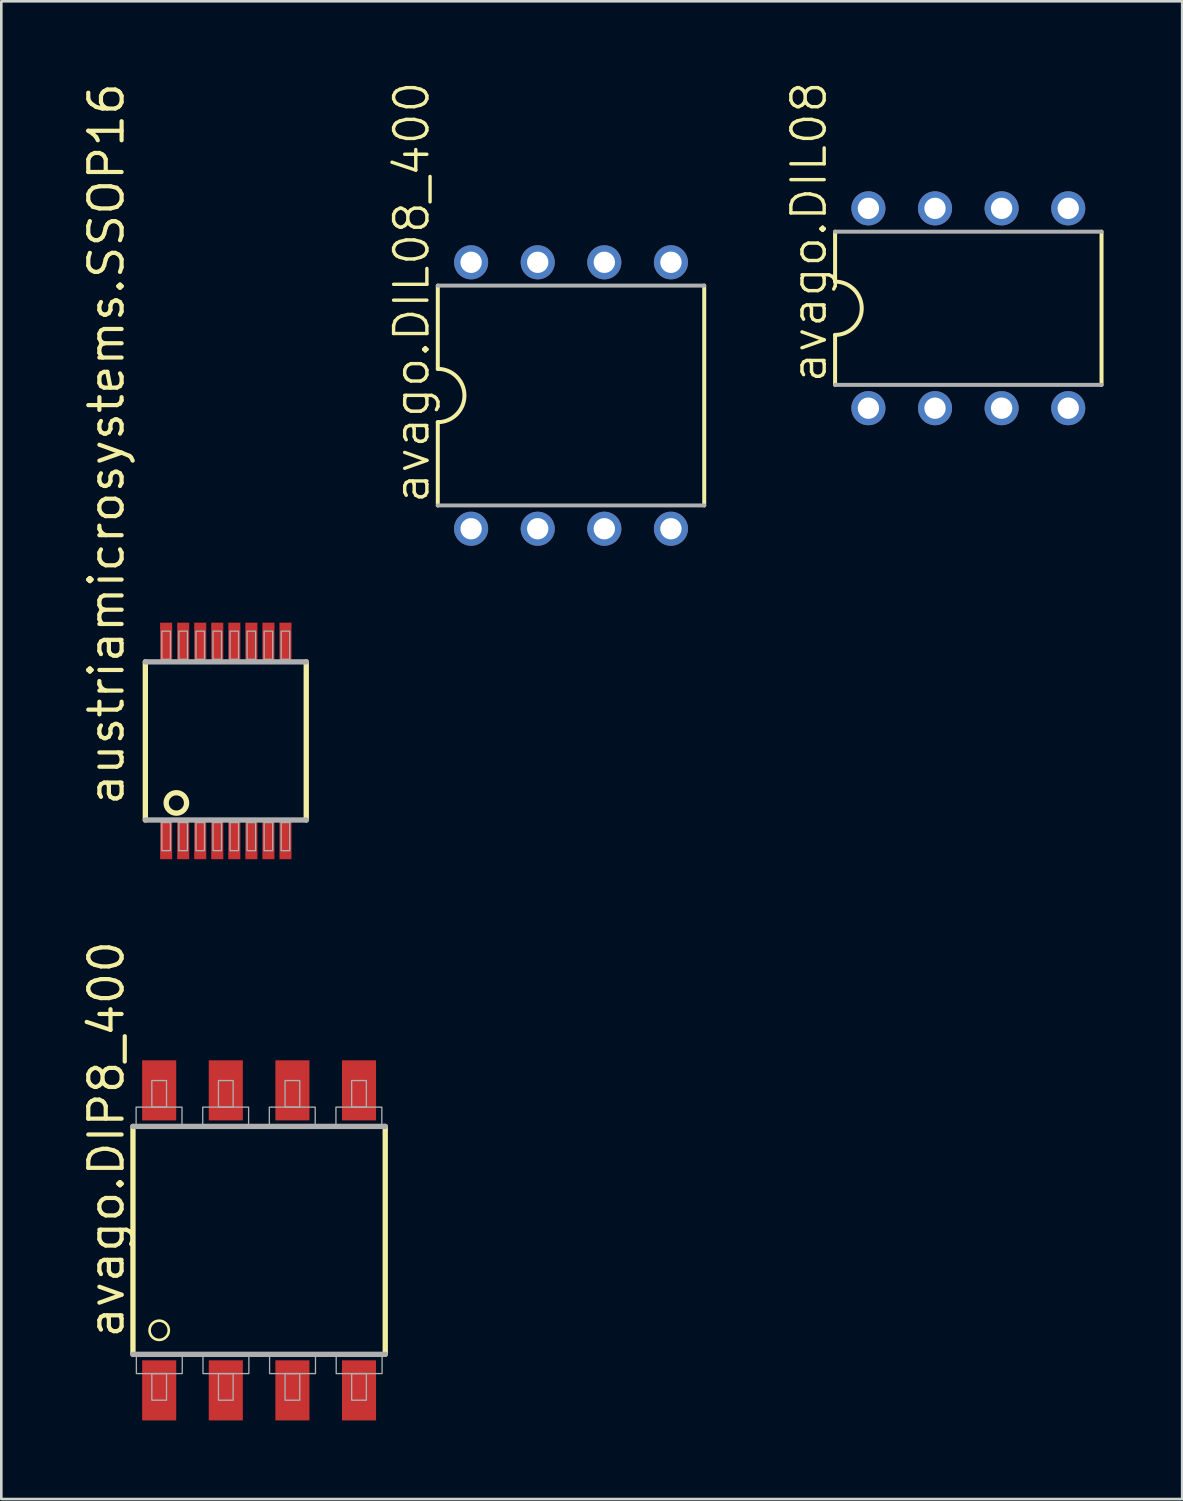
<source format=kicad_pcb>
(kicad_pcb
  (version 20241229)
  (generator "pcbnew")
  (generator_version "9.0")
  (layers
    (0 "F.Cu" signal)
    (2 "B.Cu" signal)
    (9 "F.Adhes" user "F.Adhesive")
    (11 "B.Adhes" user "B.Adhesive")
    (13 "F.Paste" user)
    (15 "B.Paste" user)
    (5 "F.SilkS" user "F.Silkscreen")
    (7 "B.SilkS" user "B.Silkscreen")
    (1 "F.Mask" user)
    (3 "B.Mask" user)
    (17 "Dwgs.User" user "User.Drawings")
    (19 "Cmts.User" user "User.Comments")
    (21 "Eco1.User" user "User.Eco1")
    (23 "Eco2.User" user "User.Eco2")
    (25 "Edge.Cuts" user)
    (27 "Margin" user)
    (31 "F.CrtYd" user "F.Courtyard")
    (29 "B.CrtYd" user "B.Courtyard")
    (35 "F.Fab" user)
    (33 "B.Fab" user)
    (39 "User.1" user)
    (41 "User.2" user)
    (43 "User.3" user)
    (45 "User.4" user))
  (footprint "avago.DIL08_400"
    (layer "F.Cu")
    (at 18.724 12.032)
    (property "Reference" "avago.DIL08_400" (at -5.334 4.191 90) (layer "F.SilkS") (effects (font (size 1.27 1.27) (thickness 0.13)) (justify left bottom)))
    (attr through_hole)
    (fp_line (start -5.08 -4.191) (end -5.08 -1.016) (stroke (width 0.152) (type default)) (layer "F.SilkS"))
    (fp_line (start -5.08 4.191) (end -5.08 1.016) (stroke (width 0.152) (type default)) (layer "F.SilkS"))
    (fp_line (start 5.08 -4.191) (end 5.08 4.191) (stroke (width 0.152) (type default)) (layer "F.SilkS"))
    (fp_arc (start -5.08 -1.016) (mid -4.064 0) (end -5.08 1.016) (stroke (width 0.1524) (type default)) (layer "F.SilkS"))
    (fp_line (start -5.08 4.191) (end 5.08 4.191) (stroke (width 0.152) (type default)) (layer "F.Fab"))
    (fp_line (start 5.08 -4.191) (end -5.08 -4.191) (stroke (width 0.152) (type default)) (layer "F.Fab"))
    (pad "1" thru_hole circle (at -3.81 5.08 90) (size 1.3 1.3) (drill 0.813) (layers "*.Cu" "*.Mask"))
    (pad "2" thru_hole circle (at -1.27 5.08 90) (size 1.3 1.3) (drill 0.813) (layers "*.Cu" "*.Mask"))
    (pad "3" thru_hole circle (at 1.27 5.08 90) (size 1.3 1.3) (drill 0.813) (layers "*.Cu" "*.Mask"))
    (pad "4" thru_hole circle (at 3.81 5.08 90) (size 1.3 1.3) (drill 0.813) (layers "*.Cu" "*.Mask"))
    (pad "5" thru_hole circle (at 3.81 -5.08 90) (size 1.3 1.3) (drill 0.813) (layers "*.Cu" "*.Mask"))
    (pad "6" thru_hole circle (at 1.27 -5.08 90) (size 1.3 1.3) (drill 0.813) (layers "*.Cu" "*.Mask"))
    (pad "7" thru_hole circle (at -1.27 -5.08 90) (size 1.3 1.3) (drill 0.813) (layers "*.Cu" "*.Mask"))
    (pad "8" thru_hole circle (at -3.81 -5.08 90) (size 1.3 1.3) (drill 0.813) (layers "*.Cu" "*.Mask")))
  (footprint "avago.DIL08"
    (layer "F.Cu")
    (at 33.874 8.705)
    (property "Reference" "avago.DIL08" (at -5.334 2.921 90) (layer "F.SilkS") (effects (font (size 1.27 1.27) (thickness 0.13)) (justify left bottom)))
    (attr through_hole)
    (fp_line (start -5.08 -2.921) (end -5.08 -1.016) (stroke (width 0.152) (type default)) (layer "F.SilkS"))
    (fp_line (start -5.08 2.921) (end -5.08 1.016) (stroke (width 0.152) (type default)) (layer "F.SilkS"))
    (fp_line (start 5.08 -2.921) (end 5.08 2.921) (stroke (width 0.152) (type default)) (layer "F.SilkS"))
    (fp_arc (start -5.08 -1.016) (mid -4.064 0) (end -5.08 1.016) (stroke (width 0.1524) (type default)) (layer "F.SilkS"))
    (fp_line (start -5.08 2.921) (end 5.08 2.921) (stroke (width 0.152) (type default)) (layer "F.Fab"))
    (fp_line (start 5.08 -2.921) (end -5.08 -2.921) (stroke (width 0.152) (type default)) (layer "F.Fab"))
    (pad "1" thru_hole circle (at -3.81 3.81 90) (size 1.3 1.3) (drill 0.813) (layers "*.Cu" "*.Mask"))
    (pad "2" thru_hole circle (at -1.27 3.81 90) (size 1.3 1.3) (drill 0.813) (layers "*.Cu" "*.Mask"))
    (pad "3" thru_hole circle (at 1.27 3.81 90) (size 1.3 1.3) (drill 0.813) (layers "*.Cu" "*.Mask"))
    (pad "4" thru_hole circle (at 3.81 3.81 90) (size 1.3 1.3) (drill 0.813) (layers "*.Cu" "*.Mask"))
    (pad "5" thru_hole circle (at 3.81 -3.81 90) (size 1.3 1.3) (drill 0.813) (layers "*.Cu" "*.Mask"))
    (pad "6" thru_hole circle (at 1.27 -3.81 90) (size 1.3 1.3) (drill 0.813) (layers "*.Cu" "*.Mask"))
    (pad "7" thru_hole circle (at -1.27 -3.81 90) (size 1.3 1.3) (drill 0.813) (layers "*.Cu" "*.Mask"))
    (pad "8" thru_hole circle (at -3.81 -3.81 90) (size 1.3 1.3) (drill 0.813) (layers "*.Cu" "*.Mask")))
  (footprint "austriamicrosystems.SSOP16"
    (layer "F.Cu")
    (at 5.56 25.203)
    (property "Reference" "austriamicrosystems.SSOP16" (at -3.81 2.54 90) (layer "F.SilkS") (effects (font (size 1.27 1.27) (thickness 0.16)) (justify left bottom)))
    (attr smd)
    (fp_line (start -3.068 3.015) (end -3.068 -3.015) (stroke (width 0.203) (type default)) (layer "F.SilkS"))
    (fp_line (start 3.068 -3.015) (end 3.068 3.015) (stroke (width 0.203) (type default)) (layer "F.SilkS"))
    (fp_circle (center -1.885 2.365) (end -1.495 2.365) (stroke (width 0.203) (type default)) (fill no) (layer "F.SilkS"))
    (fp_line (start -3.068 -3.015) (end 3.068 -3.015) (stroke (width 0.203) (type default)) (layer "F.Fab"))
    (fp_line (start 3.068 3.015) (end -3.068 3.015) (stroke (width 0.203) (type default)) (layer "F.Fab"))
    (fp_rect (start -2.438 -3.112) (end -2.112 -4.185) (stroke (width 0.05) (type default)) (fill no) (layer "F.Fab"))
    (fp_rect (start -2.438 4.185) (end -2.112 3.112) (stroke (width 0.05) (type default)) (fill no) (layer "F.Fab"))
    (fp_rect (start -1.788 -3.112) (end -1.462 -4.185) (stroke (width 0.05) (type default)) (fill no) (layer "F.Fab"))
    (fp_rect (start -1.788 4.185) (end -1.462 3.112) (stroke (width 0.05) (type default)) (fill no) (layer "F.Fab"))
    (fp_rect (start -1.137 -3.112) (end -0.812 -4.185) (stroke (width 0.05) (type default)) (fill no) (layer "F.Fab"))
    (fp_rect (start -1.137 4.185) (end -0.812 3.112) (stroke (width 0.05) (type default)) (fill no) (layer "F.Fab"))
    (fp_rect (start -0.487 -3.112) (end -0.163 -4.185) (stroke (width 0.05) (type default)) (fill no) (layer "F.Fab"))
    (fp_rect (start -0.487 4.185) (end -0.163 3.112) (stroke (width 0.05) (type default)) (fill no) (layer "F.Fab"))
    (fp_rect (start 0.163 -3.112) (end 0.487 -4.185) (stroke (width 0.05) (type default)) (fill no) (layer "F.Fab"))
    (fp_rect (start 0.163 4.185) (end 0.487 3.112) (stroke (width 0.05) (type default)) (fill no) (layer "F.Fab"))
    (fp_rect (start 0.812 -3.112) (end 1.137 -4.185) (stroke (width 0.05) (type default)) (fill no) (layer "F.Fab"))
    (fp_rect (start 0.812 4.185) (end 1.137 3.112) (stroke (width 0.05) (type default)) (fill no) (layer "F.Fab"))
    (fp_rect (start 1.462 -3.112) (end 1.788 -4.185) (stroke (width 0.05) (type default)) (fill no) (layer "F.Fab"))
    (fp_rect (start 1.462 4.185) (end 1.788 3.112) (stroke (width 0.05) (type default)) (fill no) (layer "F.Fab"))
    (fp_rect (start 2.112 -3.112) (end 2.438 -4.185) (stroke (width 0.05) (type default)) (fill no) (layer "F.Fab"))
    (fp_rect (start 2.112 4.185) (end 2.438 3.112) (stroke (width 0.05) (type default)) (fill no) (layer "F.Fab"))
    (pad "1" smd roundrect (at -2.275 3.795) (size 0.46 1.43) (layers "F.Cu" "F.Mask" "F.Paste") (roundrect_rratio 0.01))
    (pad "2" smd roundrect (at -1.625 3.795) (size 0.46 1.43) (layers "F.Cu" "F.Mask" "F.Paste") (roundrect_rratio 0.01))
    (pad "3" smd roundrect (at -0.975 3.795) (size 0.46 1.43) (layers "F.Cu" "F.Mask" "F.Paste") (roundrect_rratio 0.01))
    (pad "4" smd roundrect (at -0.325 3.795) (size 0.46 1.43) (layers "F.Cu" "F.Mask" "F.Paste") (roundrect_rratio 0.01))
    (pad "5" smd roundrect (at 0.325 3.795) (size 0.46 1.43) (layers "F.Cu" "F.Mask" "F.Paste") (roundrect_rratio 0.01))
    (pad "6" smd roundrect (at 0.975 3.795) (size 0.46 1.43) (layers "F.Cu" "F.Mask" "F.Paste") (roundrect_rratio 0.01))
    (pad "7" smd roundrect (at 1.625 3.795) (size 0.46 1.43) (layers "F.Cu" "F.Mask" "F.Paste") (roundrect_rratio 0.01))
    (pad "8" smd roundrect (at 2.275 3.795) (size 0.46 1.43) (layers "F.Cu" "F.Mask" "F.Paste") (roundrect_rratio 0.01))
    (pad "9" smd roundrect (at 2.275 -3.795) (size 0.46 1.43) (layers "F.Cu" "F.Mask" "F.Paste") (roundrect_rratio 0.01))
    (pad "10" smd roundrect (at 1.625 -3.795) (size 0.46 1.43) (layers "F.Cu" "F.Mask" "F.Paste") (roundrect_rratio 0.01))
    (pad "11" smd roundrect (at 0.975 -3.795) (size 0.46 1.43) (layers "F.Cu" "F.Mask" "F.Paste") (roundrect_rratio 0.01))
    (pad "12" smd roundrect (at 0.325 -3.795) (size 0.46 1.43) (layers "F.Cu" "F.Mask" "F.Paste") (roundrect_rratio 0.01))
    (pad "13" smd roundrect (at -0.325 -3.795) (size 0.46 1.43) (layers "F.Cu" "F.Mask" "F.Paste") (roundrect_rratio 0.01))
    (pad "14" smd roundrect (at -0.975 -3.795) (size 0.46 1.43) (layers "F.Cu" "F.Mask" "F.Paste") (roundrect_rratio 0.01))
    (pad "15" smd roundrect (at -1.625 -3.795) (size 0.46 1.43) (layers "F.Cu" "F.Mask" "F.Paste") (roundrect_rratio 0.01))
    (pad "16" smd roundrect (at -2.275 -3.795) (size 0.46 1.43) (layers "F.Cu" "F.Mask" "F.Paste") (roundrect_rratio 0.01)))
  (footprint "avago.DIP8_400"
    (layer "F.Cu")
    (at 6.83 44.248)
    (property "Reference" "avago.DIP8_400" (at -5.08 3.81 90) (layer "F.SilkS") (effects (font (size 1.27 1.27) (thickness 0.16)) (justify left bottom)))
    (attr smd)
    (fp_line (start -4.81 -4.345) (end -4.81 4.345) (stroke (width 0.203) (type default)) (layer "F.SilkS"))
    (fp_line (start 4.81 4.345) (end 4.81 -4.345) (stroke (width 0.203) (type default)) (layer "F.SilkS"))
    (fp_circle (center -3.81 3.429) (end -3.443 3.429) (stroke (width 0.1) (type default)) (fill no) (layer "F.SilkS"))
    (fp_line (start -4.81 4.345) (end 4.81 4.345) (stroke (width 0.203) (type default)) (layer "F.Fab"))
    (fp_line (start 4.81 -4.345) (end -4.81 -4.345) (stroke (width 0.203) (type default)) (layer "F.Fab"))
    (fp_rect (start -4.69 -4.37) (end -2.94 -5.08) (stroke (width 0.05) (type default)) (fill no) (layer "F.Fab"))
    (fp_rect (start -4.68 5.08) (end -2.93 4.37) (stroke (width 0.05) (type default)) (fill no) (layer "F.Fab"))
    (fp_rect (start -4.09 -5.08) (end -3.53 -6.095) (stroke (width 0.05) (type default)) (fill no) (layer "F.Fab"))
    (fp_rect (start -4.09 6.095) (end -3.53 5.08) (stroke (width 0.05) (type default)) (fill no) (layer "F.Fab"))
    (fp_rect (start -2.15 -4.37) (end -0.4 -5.08) (stroke (width 0.05) (type default)) (fill no) (layer "F.Fab"))
    (fp_rect (start -2.14 5.08) (end -0.39 4.37) (stroke (width 0.05) (type default)) (fill no) (layer "F.Fab"))
    (fp_rect (start -1.55 -5.08) (end -0.99 -6.095) (stroke (width 0.05) (type default)) (fill no) (layer "F.Fab"))
    (fp_rect (start -1.55 6.095) (end -0.99 5.08) (stroke (width 0.05) (type default)) (fill no) (layer "F.Fab"))
    (fp_rect (start 0.39 -4.37) (end 2.14 -5.08) (stroke (width 0.05) (type default)) (fill no) (layer "F.Fab"))
    (fp_rect (start 0.4 5.08) (end 2.15 4.37) (stroke (width 0.05) (type default)) (fill no) (layer "F.Fab"))
    (fp_rect (start 0.99 -5.08) (end 1.55 -6.095) (stroke (width 0.05) (type default)) (fill no) (layer "F.Fab"))
    (fp_rect (start 0.99 6.095) (end 1.55 5.08) (stroke (width 0.05) (type default)) (fill no) (layer "F.Fab"))
    (fp_rect (start 2.93 -4.37) (end 4.68 -5.08) (stroke (width 0.05) (type default)) (fill no) (layer "F.Fab"))
    (fp_rect (start 2.94 5.08) (end 4.69 4.37) (stroke (width 0.05) (type default)) (fill no) (layer "F.Fab"))
    (fp_rect (start 3.53 -5.08) (end 4.09 -6.095) (stroke (width 0.05) (type default)) (fill no) (layer "F.Fab"))
    (fp_rect (start 3.53 6.095) (end 4.09 5.08) (stroke (width 0.05) (type default)) (fill no) (layer "F.Fab"))
    (pad "1" smd roundrect (at -3.81 5.72) (size 1.3 2.29) (layers "F.Cu" "F.Mask" "F.Paste") (roundrect_rratio 0.01))
    (pad "2" smd roundrect (at -1.27 5.72) (size 1.3 2.29) (layers "F.Cu" "F.Mask" "F.Paste") (roundrect_rratio 0.01))
    (pad "3" smd roundrect (at 1.27 5.72) (size 1.3 2.29) (layers "F.Cu" "F.Mask" "F.Paste") (roundrect_rratio 0.01))
    (pad "4" smd roundrect (at 3.81 5.72) (size 1.3 2.29) (layers "F.Cu" "F.Mask" "F.Paste") (roundrect_rratio 0.01))
    (pad "5" smd roundrect (at 3.81 -5.72) (size 1.3 2.29) (layers "F.Cu" "F.Mask" "F.Paste") (roundrect_rratio 0.01))
    (pad "6" smd roundrect (at 1.27 -5.72) (size 1.3 2.29) (layers "F.Cu" "F.Mask" "F.Paste") (roundrect_rratio 0.01))
    (pad "7" smd roundrect (at -1.27 -5.72) (size 1.3 2.29) (layers "F.Cu" "F.Mask" "F.Paste") (roundrect_rratio 0.01))
    (pad "8" smd roundrect (at -3.81 -5.72) (size 1.3 2.29) (layers "F.Cu" "F.Mask" "F.Paste") (roundrect_rratio 0.01)))
  (gr_rect
    (start -3 -3)
    (end 42.03 54.113)
    (stroke (width 0.1) (type default))
    (fill no)
    (layer "Edge.Cuts")))
</source>
